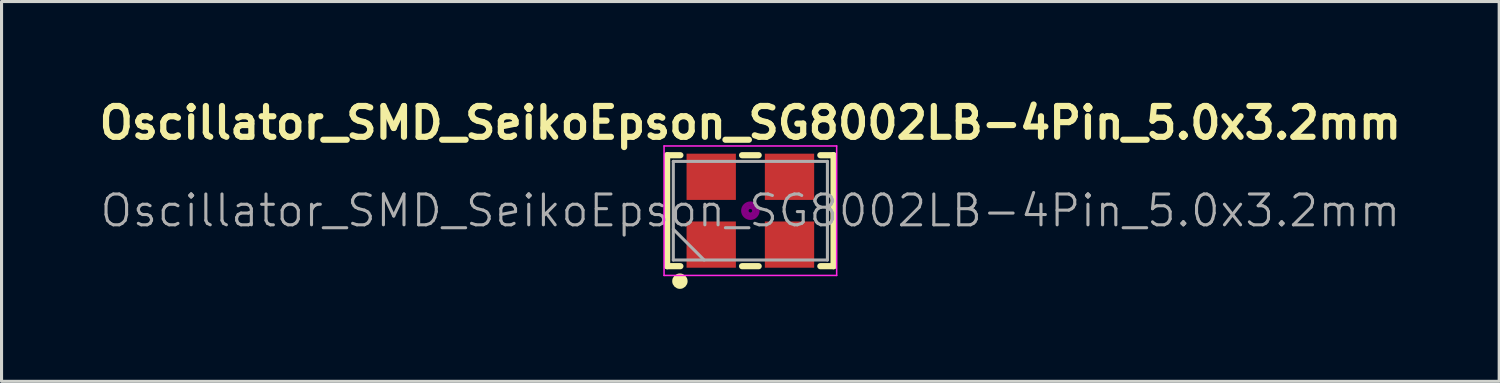
<source format=kicad_pcb>
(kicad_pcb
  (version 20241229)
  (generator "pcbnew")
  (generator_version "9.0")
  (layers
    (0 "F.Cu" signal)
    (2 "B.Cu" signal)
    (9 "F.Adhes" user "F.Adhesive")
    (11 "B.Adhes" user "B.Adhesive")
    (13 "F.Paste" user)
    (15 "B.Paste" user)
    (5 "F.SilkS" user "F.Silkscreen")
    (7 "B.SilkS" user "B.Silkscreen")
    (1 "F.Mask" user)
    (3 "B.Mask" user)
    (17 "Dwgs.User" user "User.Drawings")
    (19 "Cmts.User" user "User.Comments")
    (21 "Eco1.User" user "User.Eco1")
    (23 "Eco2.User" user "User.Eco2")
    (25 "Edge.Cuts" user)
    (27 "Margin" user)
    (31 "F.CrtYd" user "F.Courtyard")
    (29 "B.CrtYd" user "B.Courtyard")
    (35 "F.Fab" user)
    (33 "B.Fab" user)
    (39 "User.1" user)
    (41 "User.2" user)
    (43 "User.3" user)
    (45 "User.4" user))
  (footprint "Oscillator_SMD_SeikoEpson_SG8002LB-4Pin_5.0x3.2mm"
    (layer "F.Cu")
    (at 21.295 3.786)
    (property "Reference" "Oscillator_SMD_SeikoEpson_SG8002LB-4Pin_5.0x3.2mm" (at 0 -2.85 0) (layer "F.SilkS") (effects (font (size 1 1) (thickness 0.2))))
    (attr smd)
    (fp_line (start -2.7 -1.8) (end -2.27 -1.8) (stroke (width 0.2) (type solid)) (layer "F.SilkS"))
    (fp_line (start -2.7 1.8) (end -2.7 -1.8) (stroke (width 0.2) (type solid)) (layer "F.SilkS"))
    (fp_line (start -2.27 1.8) (end -2.7 1.8) (stroke (width 0.2) (type solid)) (layer "F.SilkS"))
    (fp_line (start -0.27 -1.8) (end 0.27 -1.8) (stroke (width 0.2) (type solid)) (layer "F.SilkS"))
    (fp_line (start 0.27 1.8) (end -0.27 1.8) (stroke (width 0.2) (type solid)) (layer "F.SilkS"))
    (fp_line (start 2.27 -1.8) (end 2.7 -1.8) (stroke (width 0.2) (type solid)) (layer "F.SilkS"))
    (fp_line (start 2.7 -1.8) (end 2.7 1.8) (stroke (width 0.2) (type solid)) (layer "F.SilkS"))
    (fp_line (start 2.7 1.8) (end 2.27 1.8) (stroke (width 0.2) (type solid)) (layer "F.SilkS"))
    (fp_circle (center -2.286 2.286) (end -2.161 2.286) (stroke (width 0.25) (type solid)) (fill no) (layer "F.SilkS"))
    (fp_circle (center 0 0) (end 0.058 0) (stroke (width 0.117) (type solid)) (fill no) (layer "F.Adhes"))
    (fp_circle (center 0 0) (end 0.133 0) (stroke (width 0.083) (type solid)) (fill no) (layer "F.Adhes"))
    (fp_circle (center 0 0) (end 0.208 0) (stroke (width 0.083) (type solid)) (fill no) (layer "F.Adhes"))
    (fp_circle (center 0 0) (end 0.25 0) (stroke (width 0.1) (type solid)) (fill no) (layer "F.Adhes"))
    (fp_line (start -2.8 -2.1) (end -2.8 2.1) (stroke (width 0.05) (type solid)) (layer "F.CrtYd"))
    (fp_line (start -2.8 2.1) (end 2.8 2.1) (stroke (width 0.05) (type solid)) (layer "F.CrtYd"))
    (fp_line (start 2.8 -2.1) (end -2.8 -2.1) (stroke (width 0.05) (type solid)) (layer "F.CrtYd"))
    (fp_line (start 2.8 2.1) (end 2.8 -2.1) (stroke (width 0.05) (type solid)) (layer "F.CrtYd"))
    (fp_line (start -2.5 -1.6) (end -2.5 1.6) (stroke (width 0.1) (type solid)) (layer "F.Fab"))
    (fp_line (start -2.5 0.6) (end -1.5 1.6) (stroke (width 0.1) (type solid)) (layer "F.Fab"))
    (fp_line (start -2.5 1.6) (end 2.5 1.6) (stroke (width 0.1) (type solid)) (layer "F.Fab"))
    (fp_line (start 2.5 -1.6) (end -2.5 -1.6) (stroke (width 0.1) (type solid)) (layer "F.Fab"))
    (fp_line (start 2.5 1.6) (end 2.5 -1.6) (stroke (width 0.1) (type solid)) (layer "F.Fab"))
    (fp_text user "${REFERENCE}" (at 0 0 0) (layer "F.Fab") (effects (font (size 1 1) (thickness 0.1))))
    (pad "1" smd rect (at -1.27 1.1) (size 1.6 1.5) (layers "F.Cu" "F.Mask" "F.Paste"))
    (pad "2" smd rect (at 1.27 1.1) (size 1.6 1.5) (layers "F.Cu" "F.Mask" "F.Paste"))
    (pad "3" smd rect (at 1.27 -1.1) (size 1.6 1.5) (layers "F.Cu" "F.Mask" "F.Paste"))
    (pad "4" smd rect (at -1.27 -1.1) (size 1.6 1.5) (layers "F.Cu" "F.Mask" "F.Paste")))
  (gr_rect
    (start -3 -3)
    (end 45.59 9.322)
    (stroke (width 0.1) (type default))
    (fill no)
    (layer "Edge.Cuts")))
</source>
